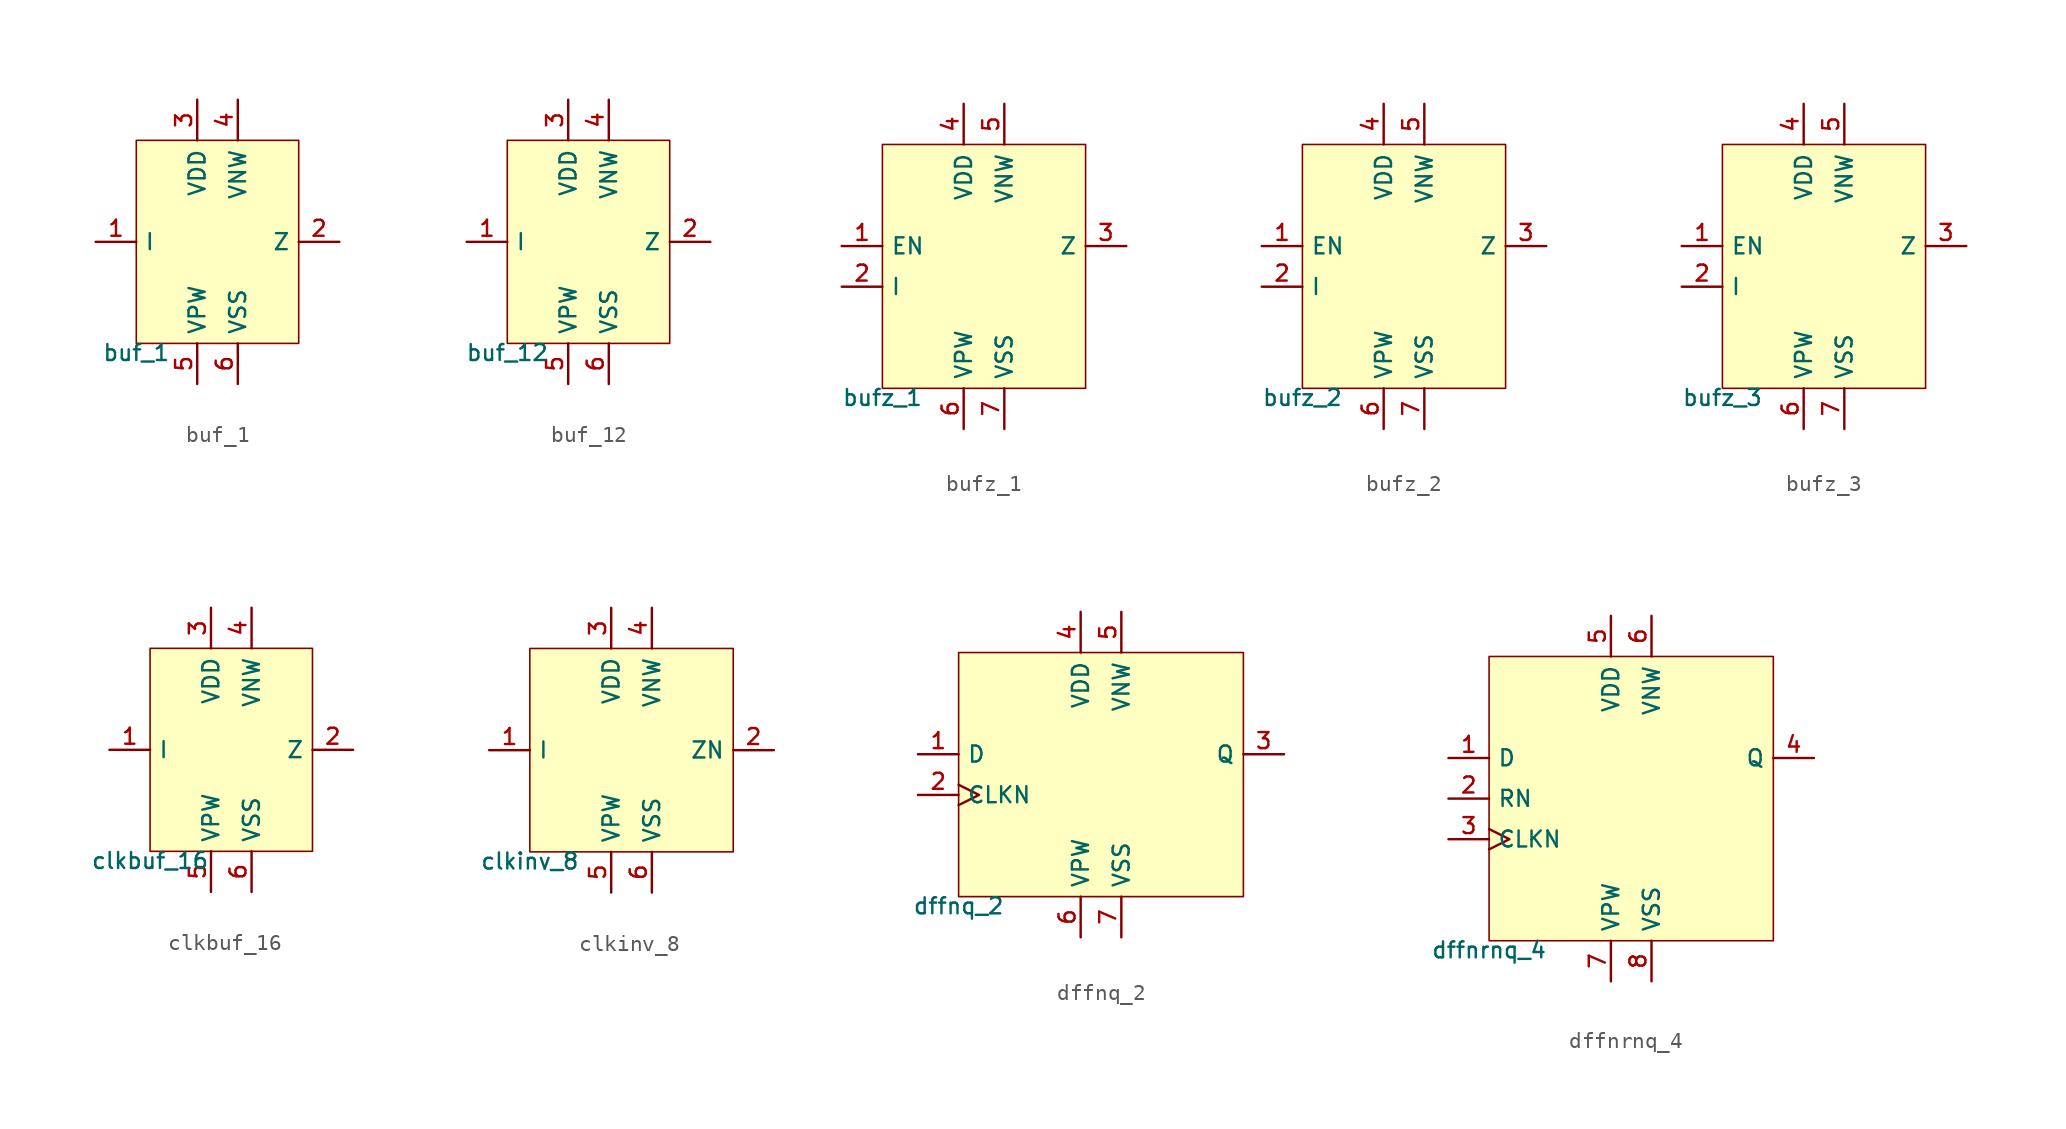
<source format=kicad_sym>
(kicad_symbol_lib
  (version 20211014)
  (generator pdk2kicad)
  (symbol "buf_1"
    (property "Reference" "X"
      (at 0 0 0)
      (effects (font (size 1 1)) hide))
    (property "Value" "buf_1"
      (at -5.08 -6.35 0)
      (effects (font (size 1 1)) (justify top)))
    (rectangle
      (start -5.08 -6.35)
      (end 5.08 6.35)
      (stroke (width 0.1) (type solid) (color 0 0 0 0))
      (fill (type background)))
    (pin input line
      (at -7.62 -4.440892098500626e-16 0)
      (length 2.54)
      (name "I" (effects (font (size 1 1)) hide))
      (number "1" (effects (font (size 1 1)) hide)))
    (pin output line
      (at 7.62 -4.440892098500626e-16 180)
      (length 2.54)
      (name "Z" (effects (font (size 1 1)) hide))
      (number "2" (effects (font (size 1 1)) hide)))
    (pin power_in line
      (at -1.27 8.89 270)
      (length 2.54)
      (name "VDD" (effects (font (size 1 1)) hide))
      (number "3" (effects (font (size 1 1)) hide)))
    (pin power_in line
      (at 1.27 8.89 270)
      (length 2.54)
      (name "VNW" (effects (font (size 1 1)) hide))
      (number "4" (effects (font (size 1 1)) hide)))
    (pin power_in line
      (at -1.27 -8.89 90)
      (length 2.54)
      (name "VPW" (effects (font (size 1 1)) hide))
      (number "5" (effects (font (size 1 1)) hide)))
    (pin power_in line
      (at 1.27 -8.89 90)
      (length 2.54)
      (name "VSS" (effects (font (size 1 1)) hide))
      (number "6" (effects (font (size 1 1)) hide))))
  (symbol "buf_12"
    (property "Reference" "X"
      (at 0 0 0)
      (effects (font (size 1 1)) hide))
    (property "Value" "buf_12"
      (at -5.08 -6.35 0)
      (effects (font (size 1 1)) (justify top)))
    (rectangle
      (start -5.08 -6.35)
      (end 5.08 6.35)
      (stroke (width 0.1) (type solid) (color 0 0 0 0))
      (fill (type background)))
    (pin input line
      (at -7.62 -4.440892098500626e-16 0)
      (length 2.54)
      (name "I" (effects (font (size 1 1)) hide))
      (number "1" (effects (font (size 1 1)) hide)))
    (pin output line
      (at 7.62 -4.440892098500626e-16 180)
      (length 2.54)
      (name "Z" (effects (font (size 1 1)) hide))
      (number "2" (effects (font (size 1 1)) hide)))
    (pin power_in line
      (at -1.27 8.89 270)
      (length 2.54)
      (name "VDD" (effects (font (size 1 1)) hide))
      (number "3" (effects (font (size 1 1)) hide)))
    (pin power_in line
      (at 1.27 8.89 270)
      (length 2.54)
      (name "VNW" (effects (font (size 1 1)) hide))
      (number "4" (effects (font (size 1 1)) hide)))
    (pin power_in line
      (at -1.27 -8.89 90)
      (length 2.54)
      (name "VPW" (effects (font (size 1 1)) hide))
      (number "5" (effects (font (size 1 1)) hide)))
    (pin power_in line
      (at 1.27 -8.89 90)
      (length 2.54)
      (name "VSS" (effects (font (size 1 1)) hide))
      (number "6" (effects (font (size 1 1)) hide))))
  (symbol "bufz_1"
    (property "Reference" "X"
      (at 0 0 0)
      (effects (font (size 1 1)) hide))
    (property "Value" "bufz_1"
      (at -6.35 -7.62 0)
      (effects (font (size 1 1)) (justify top)))
    (rectangle
      (start -6.35 -7.62)
      (end 6.35 7.62)
      (stroke (width 0.1) (type solid) (color 0 0 0 0))
      (fill (type background)))
    (pin input line
      (at -8.89 1.27 0)
      (length 2.54)
      (name "EN" (effects (font (size 1 1)) hide))
      (number "1" (effects (font (size 1 1)) hide)))
    (pin input line
      (at -8.89 -1.27 0)
      (length 2.54)
      (name "I" (effects (font (size 1 1)) hide))
      (number "2" (effects (font (size 1 1)) hide)))
    (pin output line
      (at 8.89 1.27 180)
      (length 2.54)
      (name "Z" (effects (font (size 1 1)) hide))
      (number "3" (effects (font (size 1 1)) hide)))
    (pin power_in line
      (at -1.27 10.16 270)
      (length 2.54)
      (name "VDD" (effects (font (size 1 1)) hide))
      (number "4" (effects (font (size 1 1)) hide)))
    (pin power_in line
      (at 1.27 10.16 270)
      (length 2.54)
      (name "VNW" (effects (font (size 1 1)) hide))
      (number "5" (effects (font (size 1 1)) hide)))
    (pin power_in line
      (at -1.27 -10.16 90)
      (length 2.54)
      (name "VPW" (effects (font (size 1 1)) hide))
      (number "6" (effects (font (size 1 1)) hide)))
    (pin power_in line
      (at 1.27 -10.16 90)
      (length 2.54)
      (name "VSS" (effects (font (size 1 1)) hide))
      (number "7" (effects (font (size 1 1)) hide))))
  (symbol "bufz_2"
    (property "Reference" "X"
      (at 0 0 0)
      (effects (font (size 1 1)) hide))
    (property "Value" "bufz_2"
      (at -6.35 -7.62 0)
      (effects (font (size 1 1)) (justify top)))
    (rectangle
      (start -6.35 -7.62)
      (end 6.35 7.62)
      (stroke (width 0.1) (type solid) (color 0 0 0 0))
      (fill (type background)))
    (pin input line
      (at -8.89 1.27 0)
      (length 2.54)
      (name "EN" (effects (font (size 1 1)) hide))
      (number "1" (effects (font (size 1 1)) hide)))
    (pin input line
      (at -8.89 -1.27 0)
      (length 2.54)
      (name "I" (effects (font (size 1 1)) hide))
      (number "2" (effects (font (size 1 1)) hide)))
    (pin output line
      (at 8.89 1.27 180)
      (length 2.54)
      (name "Z" (effects (font (size 1 1)) hide))
      (number "3" (effects (font (size 1 1)) hide)))
    (pin power_in line
      (at -1.27 10.16 270)
      (length 2.54)
      (name "VDD" (effects (font (size 1 1)) hide))
      (number "4" (effects (font (size 1 1)) hide)))
    (pin power_in line
      (at 1.27 10.16 270)
      (length 2.54)
      (name "VNW" (effects (font (size 1 1)) hide))
      (number "5" (effects (font (size 1 1)) hide)))
    (pin power_in line
      (at -1.27 -10.16 90)
      (length 2.54)
      (name "VPW" (effects (font (size 1 1)) hide))
      (number "6" (effects (font (size 1 1)) hide)))
    (pin power_in line
      (at 1.27 -10.16 90)
      (length 2.54)
      (name "VSS" (effects (font (size 1 1)) hide))
      (number "7" (effects (font (size 1 1)) hide))))
  (symbol "bufz_3"
    (property "Reference" "X"
      (at 0 0 0)
      (effects (font (size 1 1)) hide))
    (property "Value" "bufz_3"
      (at -6.35 -7.62 0)
      (effects (font (size 1 1)) (justify top)))
    (rectangle
      (start -6.35 -7.62)
      (end 6.35 7.62)
      (stroke (width 0.1) (type solid) (color 0 0 0 0))
      (fill (type background)))
    (pin input line
      (at -8.89 1.27 0)
      (length 2.54)
      (name "EN" (effects (font (size 1 1)) hide))
      (number "1" (effects (font (size 1 1)) hide)))
    (pin input line
      (at -8.89 -1.27 0)
      (length 2.54)
      (name "I" (effects (font (size 1 1)) hide))
      (number "2" (effects (font (size 1 1)) hide)))
    (pin output line
      (at 8.89 1.27 180)
      (length 2.54)
      (name "Z" (effects (font (size 1 1)) hide))
      (number "3" (effects (font (size 1 1)) hide)))
    (pin power_in line
      (at -1.27 10.16 270)
      (length 2.54)
      (name "VDD" (effects (font (size 1 1)) hide))
      (number "4" (effects (font (size 1 1)) hide)))
    (pin power_in line
      (at 1.27 10.16 270)
      (length 2.54)
      (name "VNW" (effects (font (size 1 1)) hide))
      (number "5" (effects (font (size 1 1)) hide)))
    (pin power_in line
      (at -1.27 -10.16 90)
      (length 2.54)
      (name "VPW" (effects (font (size 1 1)) hide))
      (number "6" (effects (font (size 1 1)) hide)))
    (pin power_in line
      (at 1.27 -10.16 90)
      (length 2.54)
      (name "VSS" (effects (font (size 1 1)) hide))
      (number "7" (effects (font (size 1 1)) hide))))
  (symbol "clkbuf_16"
    (property "Reference" "X"
      (at 0 0 0)
      (effects (font (size 1 1)) hide))
    (property "Value" "clkbuf_16"
      (at -5.08 -6.35 0)
      (effects (font (size 1 1)) (justify top)))
    (rectangle
      (start -5.08 -6.35)
      (end 5.08 6.35)
      (stroke (width 0.1) (type solid) (color 0 0 0 0))
      (fill (type background)))
    (pin input line
      (at -7.62 -4.440892098500626e-16 0)
      (length 2.54)
      (name "I" (effects (font (size 1 1)) hide))
      (number "1" (effects (font (size 1 1)) hide)))
    (pin output line
      (at 7.62 -4.440892098500626e-16 180)
      (length 2.54)
      (name "Z" (effects (font (size 1 1)) hide))
      (number "2" (effects (font (size 1 1)) hide)))
    (pin power_in line
      (at -1.27 8.89 270)
      (length 2.54)
      (name "VDD" (effects (font (size 1 1)) hide))
      (number "3" (effects (font (size 1 1)) hide)))
    (pin power_in line
      (at 1.27 8.89 270)
      (length 2.54)
      (name "VNW" (effects (font (size 1 1)) hide))
      (number "4" (effects (font (size 1 1)) hide)))
    (pin power_in line
      (at -1.27 -8.89 90)
      (length 2.54)
      (name "VPW" (effects (font (size 1 1)) hide))
      (number "5" (effects (font (size 1 1)) hide)))
    (pin power_in line
      (at 1.27 -8.89 90)
      (length 2.54)
      (name "VSS" (effects (font (size 1 1)) hide))
      (number "6" (effects (font (size 1 1)) hide))))
  (symbol "clkinv_8"
    (property "Reference" "X"
      (at 0 0 0)
      (effects (font (size 1 1)) hide))
    (property "Value" "clkinv_8"
      (at -6.35 -6.35 0)
      (effects (font (size 1 1)) (justify top)))
    (rectangle
      (start -6.35 -6.35)
      (end 6.35 6.35)
      (stroke (width 0.1) (type solid) (color 0 0 0 0))
      (fill (type background)))
    (pin input line
      (at -8.89 -4.440892098500626e-16 0)
      (length 2.54)
      (name "I" (effects (font (size 1 1)) hide))
      (number "1" (effects (font (size 1 1)) hide)))
    (pin output line
      (at 8.89 -4.440892098500626e-16 180)
      (length 2.54)
      (name "ZN" (effects (font (size 1 1)) hide))
      (number "2" (effects (font (size 1 1)) hide)))
    (pin power_in line
      (at -1.27 8.89 270)
      (length 2.54)
      (name "VDD" (effects (font (size 1 1)) hide))
      (number "3" (effects (font (size 1 1)) hide)))
    (pin power_in line
      (at 1.27 8.89 270)
      (length 2.54)
      (name "VNW" (effects (font (size 1 1)) hide))
      (number "4" (effects (font (size 1 1)) hide)))
    (pin power_in line
      (at -1.27 -8.89 90)
      (length 2.54)
      (name "VPW" (effects (font (size 1 1)) hide))
      (number "5" (effects (font (size 1 1)) hide)))
    (pin power_in line
      (at 1.27 -8.89 90)
      (length 2.54)
      (name "VSS" (effects (font (size 1 1)) hide))
      (number "6" (effects (font (size 1 1)) hide))))
  (symbol "dffnq_2"
    (property "Reference" "X"
      (at 0 0 0)
      (effects (font (size 1 1)) hide))
    (property "Value" "dffnq_2"
      (at -8.89 -7.62 0)
      (effects (font (size 1 1)) (justify top)))
    (rectangle
      (start -8.89 -7.62)
      (end 8.89 7.62)
      (stroke (width 0.1) (type solid) (color 0 0 0 0))
      (fill (type background)))
    (pin input line
      (at -11.43 1.27 0)
      (length 2.54)
      (name "D" (effects (font (size 1 1)) hide))
      (number "1" (effects (font (size 1 1)) hide)))
    (pin input clock
      (at -11.43 -1.27 0)
      (length 2.54)
      (name "CLKN" (effects (font (size 1 1)) hide))
      (number "2" (effects (font (size 1 1)) hide)))
    (pin output line
      (at 11.43 1.27 180)
      (length 2.54)
      (name "Q" (effects (font (size 1 1)) hide))
      (number "3" (effects (font (size 1 1)) hide)))
    (pin power_in line
      (at -1.27 10.16 270)
      (length 2.54)
      (name "VDD" (effects (font (size 1 1)) hide))
      (number "4" (effects (font (size 1 1)) hide)))
    (pin power_in line
      (at 1.27 10.16 270)
      (length 2.54)
      (name "VNW" (effects (font (size 1 1)) hide))
      (number "5" (effects (font (size 1 1)) hide)))
    (pin power_in line
      (at -1.27 -10.16 90)
      (length 2.54)
      (name "VPW" (effects (font (size 1 1)) hide))
      (number "6" (effects (font (size 1 1)) hide)))
    (pin power_in line
      (at 1.27 -10.16 90)
      (length 2.54)
      (name "VSS" (effects (font (size 1 1)) hide))
      (number "7" (effects (font (size 1 1)) hide))))
  (symbol "dffnrnq_4"
    (property "Reference" "X"
      (at 0 0 0)
      (effects (font (size 1 1)) hide))
    (property "Value" "dffnrnq_4"
      (at -8.89 -8.89 0)
      (effects (font (size 1 1)) (justify top)))
    (rectangle
      (start -8.89 -8.89)
      (end 8.89 8.89)
      (stroke (width 0.1) (type solid) (color 0 0 0 0))
      (fill (type background)))
    (pin input line
      (at -11.43 2.54 0)
      (length 2.54)
      (name "D" (effects (font (size 1 1)) hide))
      (number "1" (effects (font (size 1 1)) hide)))
    (pin input line
      (at -11.43 4.440892098500626e-16 0)
      (length 2.54)
      (name "RN" (effects (font (size 1 1)) hide))
      (number "2" (effects (font (size 1 1)) hide)))
    (pin input clock
      (at -11.43 -2.54 0)
      (length 2.54)
      (name "CLKN" (effects (font (size 1 1)) hide))
      (number "3" (effects (font (size 1 1)) hide)))
    (pin output line
      (at 11.43 2.54 180)
      (length 2.54)
      (name "Q" (effects (font (size 1 1)) hide))
      (number "4" (effects (font (size 1 1)) hide)))
    (pin power_in line
      (at -1.27 11.43 270)
      (length 2.54)
      (name "VDD" (effects (font (size 1 1)) hide))
      (number "5" (effects (font (size 1 1)) hide)))
    (pin power_in line
      (at 1.27 11.43 270)
      (length 2.54)
      (name "VNW" (effects (font (size 1 1)) hide))
      (number "6" (effects (font (size 1 1)) hide)))
    (pin power_in line
      (at -1.27 -11.43 90)
      (length 2.54)
      (name "VPW" (effects (font (size 1 1)) hide))
      (number "7" (effects (font (size 1 1)) hide)))
    (pin power_in line
      (at 1.27 -11.43 90)
      (length 2.54)
      (name "VSS" (effects (font (size 1 1)) hide))
      (number "8" (effects (font (size 1 1)) hide)))))
</source>
